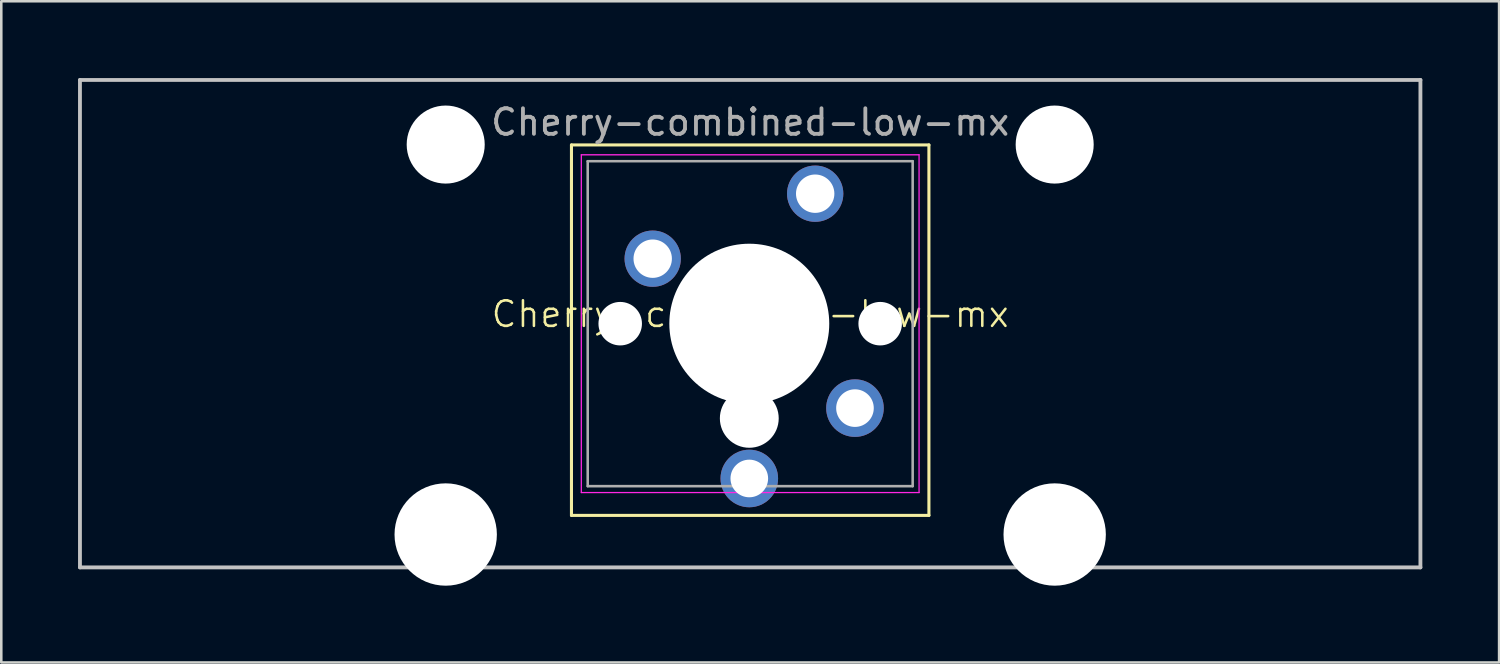
<source format=kicad_pcb>
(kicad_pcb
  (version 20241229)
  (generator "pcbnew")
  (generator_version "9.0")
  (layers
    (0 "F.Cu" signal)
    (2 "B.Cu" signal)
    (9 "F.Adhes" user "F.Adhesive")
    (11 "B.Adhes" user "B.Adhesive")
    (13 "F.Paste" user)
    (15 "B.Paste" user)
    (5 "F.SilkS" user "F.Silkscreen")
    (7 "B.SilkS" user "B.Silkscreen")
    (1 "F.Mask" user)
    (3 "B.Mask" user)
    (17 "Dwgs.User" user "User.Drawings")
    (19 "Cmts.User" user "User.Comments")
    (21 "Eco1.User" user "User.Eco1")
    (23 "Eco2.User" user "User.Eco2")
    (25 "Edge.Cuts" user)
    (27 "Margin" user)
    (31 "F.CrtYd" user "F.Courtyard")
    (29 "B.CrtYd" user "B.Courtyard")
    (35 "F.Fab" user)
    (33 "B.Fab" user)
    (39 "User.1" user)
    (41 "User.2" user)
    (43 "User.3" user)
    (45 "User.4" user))
  (footprint "Cherry-combined-low-mx"
    (layer "F.Cu")
    (at 26.269 9.727)
    (property "Reference" "Cherry-combined-low-mx" (at 0 -0.5 0) (unlocked yes) (layer "F.SilkS") (effects (font (size 1 1) (thickness 0.1))))
    (attr through_hole)
    (fp_line (start -6.985 -7.112) (end 6.985 -7.112) (stroke (width 0.12) (type solid)) (layer "F.SilkS"))
    (fp_line (start -6.985 7.366) (end -6.985 -7.112) (stroke (width 0.12) (type solid)) (layer "F.SilkS"))
    (fp_line (start 6.985 -7.112) (end 6.985 7.366) (stroke (width 0.12) (type solid)) (layer "F.SilkS"))
    (fp_line (start 6.985 7.366) (end -6.985 7.366) (stroke (width 0.12) (type solid)) (layer "F.SilkS"))
    (fp_line (start -26.194 -9.652) (end 26.194 -9.652) (stroke (width 0.15) (type solid)) (layer "Dwgs.User"))
    (fp_line (start -26.194 9.398) (end -26.194 -9.652) (stroke (width 0.15) (type solid)) (layer "Dwgs.User"))
    (fp_line (start 26.194 -9.652) (end 26.194 9.398) (stroke (width 0.15) (type solid)) (layer "Dwgs.User"))
    (fp_line (start 26.194 9.398) (end -26.194 9.398) (stroke (width 0.15) (type solid)) (layer "Dwgs.User"))
    (fp_line (start -6.6 -6.727) (end 6.6 -6.727) (stroke (width 0.05) (type solid)) (layer "F.CrtYd"))
    (fp_line (start -6.6 6.473) (end -6.6 -6.727) (stroke (width 0.05) (type solid)) (layer "F.CrtYd"))
    (fp_line (start 6.6 -6.727) (end 6.6 6.473) (stroke (width 0.05) (type solid)) (layer "F.CrtYd"))
    (fp_line (start 6.6 6.473) (end -6.6 6.473) (stroke (width 0.05) (type solid)) (layer "F.CrtYd"))
    (fp_line (start -6.35 -6.477) (end 6.35 -6.477) (stroke (width 0.1) (type solid)) (layer "F.Fab"))
    (fp_line (start -6.35 6.223) (end -6.35 -6.477) (stroke (width 0.1) (type solid)) (layer "F.Fab"))
    (fp_line (start 6.35 -6.477) (end 6.35 6.223) (stroke (width 0.1) (type solid)) (layer "F.Fab"))
    (fp_line (start 6.35 6.223) (end -6.35 6.223) (stroke (width 0.1) (type solid)) (layer "F.Fab"))
    (fp_text user "${REFERENCE}" (at 0 -8.001 0) (layer "F.Fab") (effects (font (size 1 1) (thickness 0.15))))
    (pad "" np_thru_hole circle (at -11.9 -7.127) (size 3.05 3.05) (drill 3.05) (layers "*.Cu" "*.Mask"))
    (pad "" np_thru_hole circle (at -11.9 8.113) (size 4 4) (drill 4) (layers "*.Cu" "*.Mask"))
    (pad "" np_thru_hole circle (at -5.08 -0.127) (size 1.7 1.7) (drill 1.7) (layers "*.Cu" "*.Mask"))
    (pad "" np_thru_hole circle (at -0.035 -0.127 180) (size 6.25 6.25) (drill 6.25) (layers "*.Cu" "*.Mask"))
    (pad "" np_thru_hole circle (at -0.035 3.573 180) (size 2.3 2.3) (drill 2.3) (layers "*.Cu" "*.Mask"))
    (pad "" np_thru_hole circle (at 0 -0.127) (size 4 4) (drill 4) (layers "*.Cu" "*.Mask"))
    (pad "" np_thru_hole circle (at 5.08 -0.127) (size 1.7 1.7) (drill 1.7) (layers "*.Cu" "*.Mask"))
    (pad "" np_thru_hole circle (at 11.9 -7.127) (size 3.05 3.05) (drill 3.05) (layers "*.Cu" "*.Mask"))
    (pad "" np_thru_hole circle (at 11.9 8.113) (size 4 4) (drill 4) (layers "*.Cu" "*.Mask"))
    (pad "1" thru_hole circle (at -0.035 5.923 180) (size 2.25 2.25) (drill 1.47) (layers "*.Cu" "*.Mask"))
    (pad "1" thru_hole circle (at 2.54 -5.207) (size 2.2 2.2) (drill 1.5) (layers "*.Cu" "*.Mask"))
    (pad "2" thru_hole circle (at -3.81 -2.667) (size 2.2 2.2) (drill 1.5) (layers "*.Cu" "*.Mask"))
    (pad "2" thru_hole circle (at 4.095 3.173 41.9) (size 2.25 2.25) (drill 1.47) (layers "*.Cu" "*.Mask")))
  (gr_rect
    (start -3 -3)
    (end 55.538 22.84)
    (stroke (width 0.1) (type default))
    (fill no)
    (layer "Edge.Cuts")))
</source>
